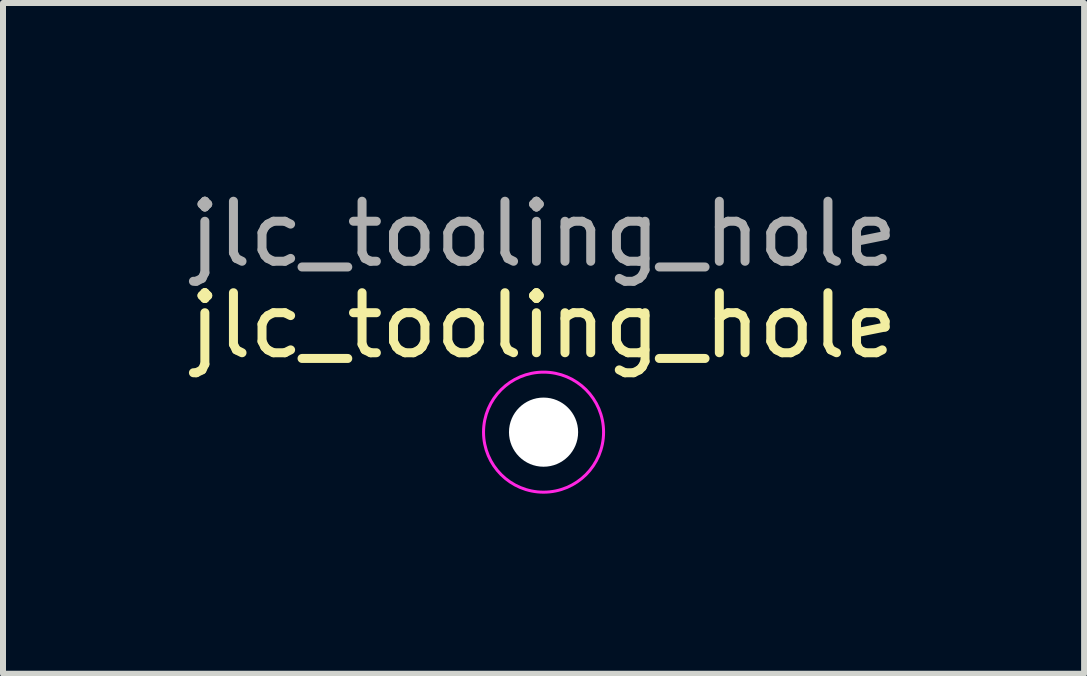
<source format=kicad_pcb>
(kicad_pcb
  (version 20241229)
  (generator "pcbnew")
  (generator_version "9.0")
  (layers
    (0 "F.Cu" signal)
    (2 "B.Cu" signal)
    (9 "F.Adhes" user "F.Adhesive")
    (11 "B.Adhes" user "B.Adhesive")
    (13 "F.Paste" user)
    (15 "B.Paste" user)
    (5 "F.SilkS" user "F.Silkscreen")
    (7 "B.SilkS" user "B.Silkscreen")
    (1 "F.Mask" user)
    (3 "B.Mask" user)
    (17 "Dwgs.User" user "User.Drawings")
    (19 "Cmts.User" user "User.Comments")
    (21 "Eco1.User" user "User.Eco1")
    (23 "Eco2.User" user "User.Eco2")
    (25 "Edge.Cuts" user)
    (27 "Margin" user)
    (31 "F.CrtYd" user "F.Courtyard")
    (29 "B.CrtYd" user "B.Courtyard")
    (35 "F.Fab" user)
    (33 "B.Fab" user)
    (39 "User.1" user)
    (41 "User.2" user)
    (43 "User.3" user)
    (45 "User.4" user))
  (footprint "jlc_tooling_hole"
    (layer "F.Cu")
    (at 6.006 4.15)
    (property "Reference" "jlc_tooling_hole" (at 0 -1.778 0) (layer "F.SilkS") (effects (font (size 1 1) (thickness 0.15))))
    (attr exclude_from_pos_files exclude_from_bom)
    (fp_circle (center 0 0) (end 1 0) (stroke (width 0.05) (type solid)) (fill no) (layer "F.CrtYd"))
    (fp_text user "${REFERENCE}" (at 0 -3.302 0) (layer "F.Fab") (effects (font (size 1 1) (thickness 0.15))))
    (pad "" np_thru_hole circle (at 0 0) (size 1.152 1.152) (drill 1.152) (layers "*.Cu" "*.Mask")))
  (gr_rect
    (start -3 -3)
    (end 15.012 8.175)
    (stroke (width 0.1) (type default))
    (fill no)
    (layer "Edge.Cuts")))
</source>
